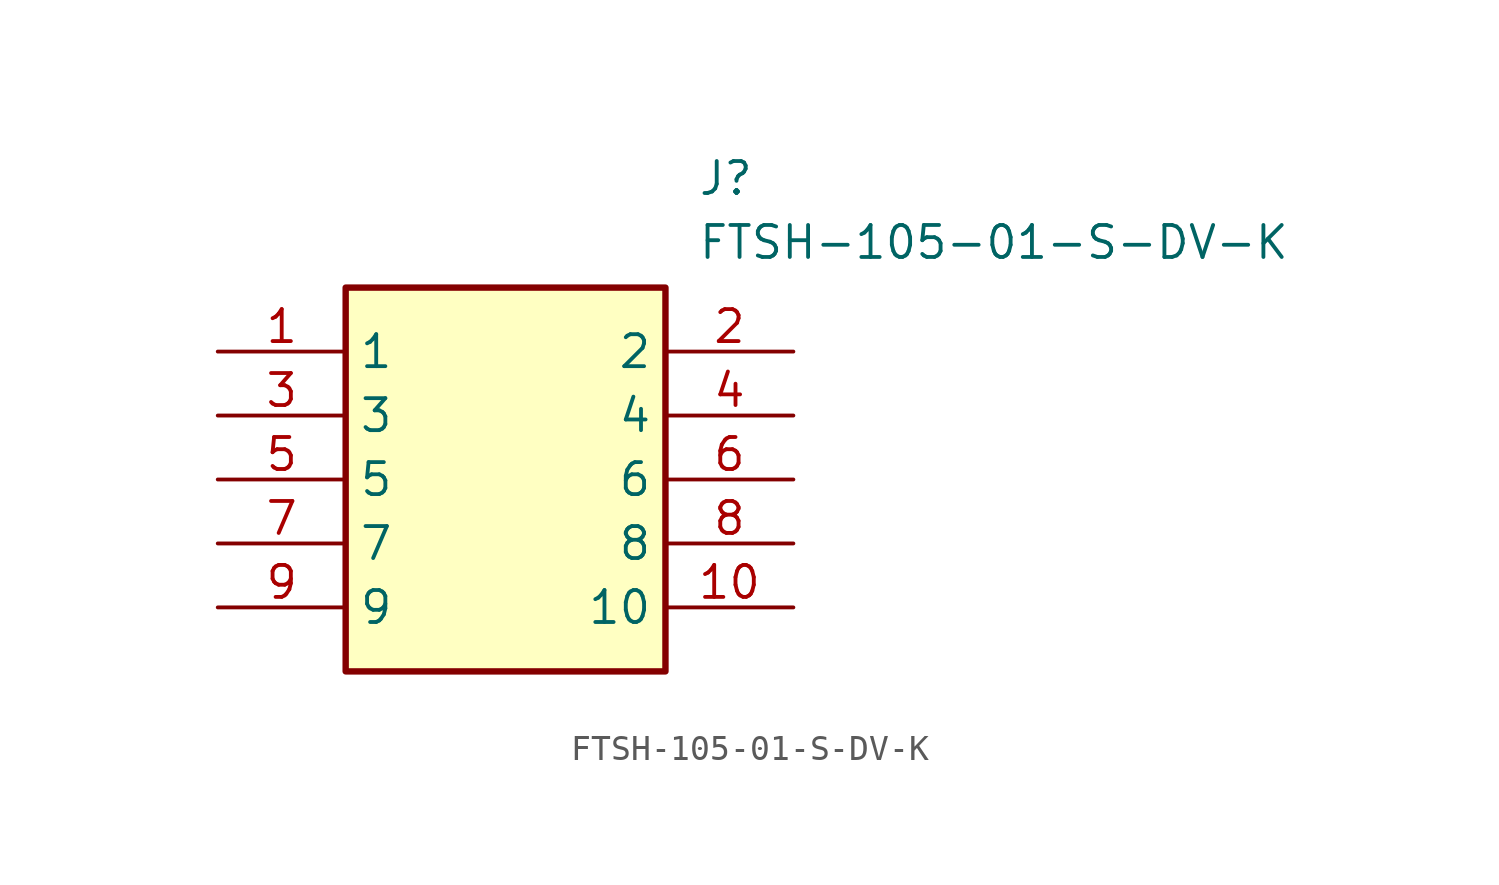
<source format=kicad_sym>
(kicad_symbol_lib
  (version 20231120)
  (generator "kicad_symbol_editor")
  (generator_version "8.0")
  (symbol "FTSH-105-01-S-DV-K"
    (property "Reference" "J"
      (at 19.05 7.62 0)
      (effects (font (size 1.27 1.27)) (justify left top)))
    (property "Value" "FTSH-105-01-S-DV-K"
      (at 19.05 5.08 0)
      (effects (font (size 1.27 1.27)) (justify left top)))
    (symbol "FTSH-105-01-S-DV-K_1_1"
      (rectangle (start 5.08 2.54) (end 17.78 -12.7) (stroke (width 0.254) (type default)) (fill (type background)))
      (pin passive line (at 0 0 0) (length 5.08) (name "1" (effects (font (size 1.27 1.27)))) (number "1" (effects (font (size 1.27 1.27)))))
      (pin passive line (at 22.86 -10.16 180) (length 5.08) (name "10" (effects (font (size 1.27 1.27)))) (number "10" (effects (font (size 1.27 1.27)))))
      (pin passive line (at 22.86 0 180) (length 5.08) (name "2" (effects (font (size 1.27 1.27)))) (number "2" (effects (font (size 1.27 1.27)))))
      (pin passive line (at 0 -2.54 0) (length 5.08) (name "3" (effects (font (size 1.27 1.27)))) (number "3" (effects (font (size 1.27 1.27)))))
      (pin passive line (at 22.86 -2.54 180) (length 5.08) (name "4" (effects (font (size 1.27 1.27)))) (number "4" (effects (font (size 1.27 1.27)))))
      (pin passive line (at 0 -5.08 0) (length 5.08) (name "5" (effects (font (size 1.27 1.27)))) (number "5" (effects (font (size 1.27 1.27)))))
      (pin passive line (at 22.86 -5.08 180) (length 5.08) (name "6" (effects (font (size 1.27 1.27)))) (number "6" (effects (font (size 1.27 1.27)))))
      (pin passive line (at 0 -7.62 0) (length 5.08) (name "7" (effects (font (size 1.27 1.27)))) (number "7" (effects (font (size 1.27 1.27)))))
      (pin passive line (at 22.86 -7.62 180) (length 5.08) (name "8" (effects (font (size 1.27 1.27)))) (number "8" (effects (font (size 1.27 1.27)))))
      (pin passive line (at 0 -10.16 0) (length 5.08) (name "9" (effects (font (size 1.27 1.27)))) (number "9" (effects (font (size 1.27 1.27))))))))
</source>
